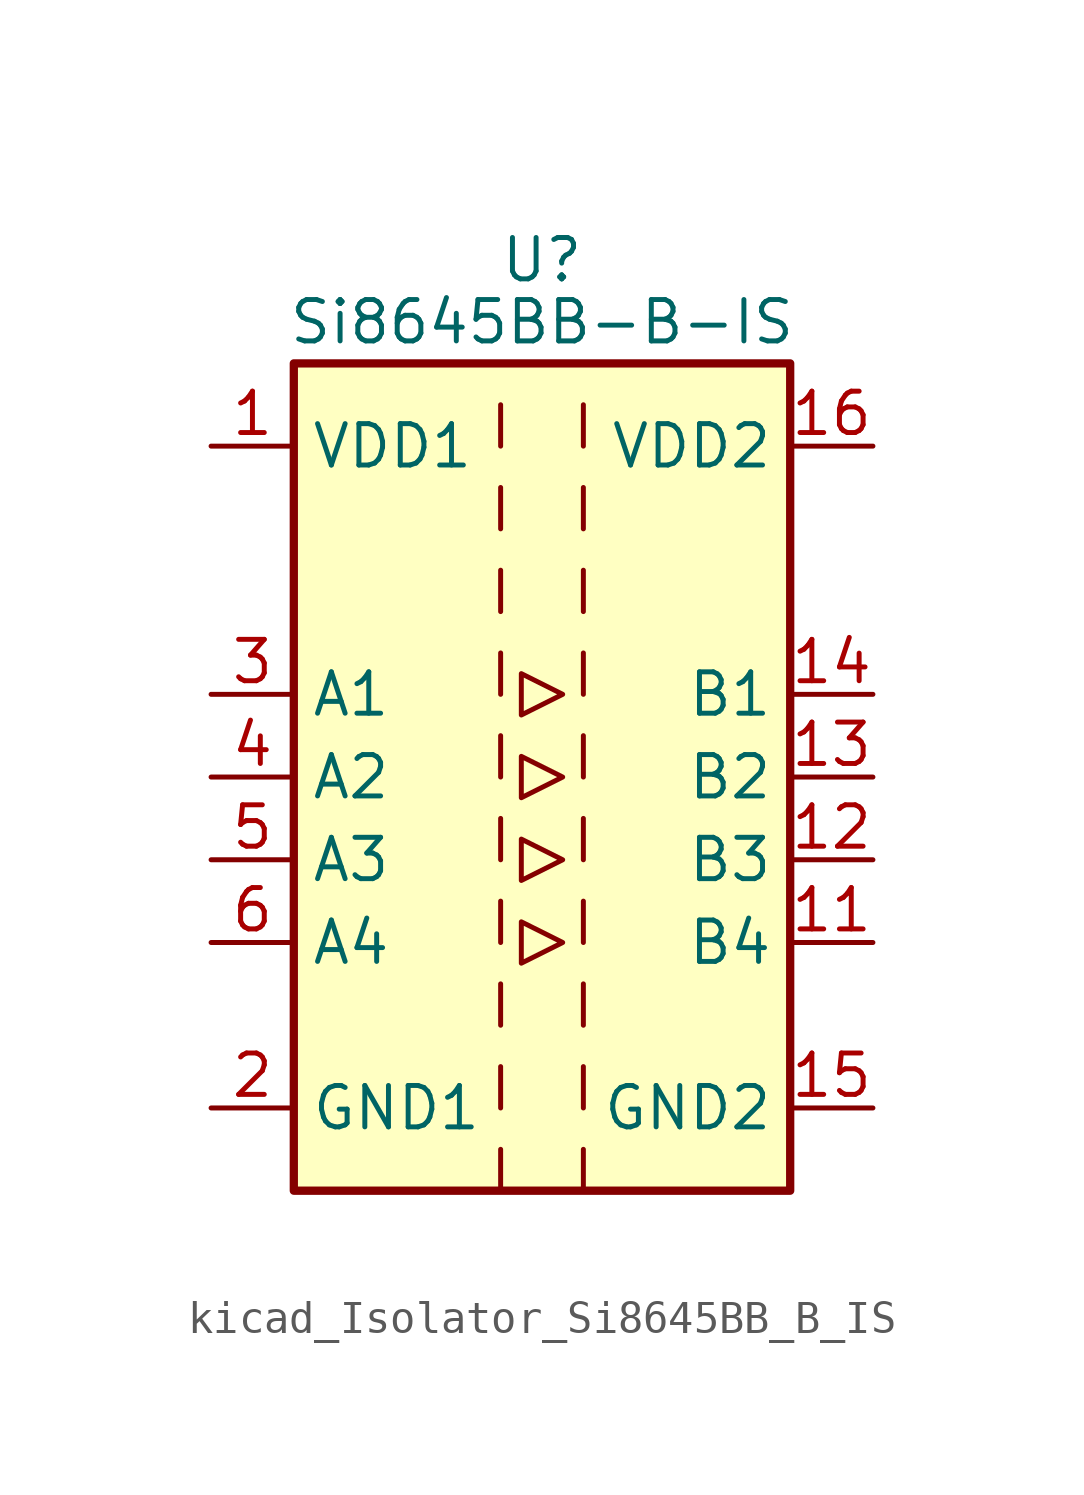
<source format=kicad_sym>
(kicad_symbol_lib
  (version 20220914)
  (generator kicad_symbol_editor)
  (symbol "kicad_Isolator_Si8645BB_B_IS"
    (property "Reference" "U"
      (at 0 15.875 0)
      (effects (font (size 1.27 1.27))))
    (property "Value" "Si8645BB-B-IS"
      (at 0 13.97 0)
      (effects (font (size 1.27 1.27))))
    (symbol "kicad_Isolator_Si8645BB_B_IS_0_1"
      (rectangle (start -7.62 12.7) (end 7.62 -12.7) (stroke (width 0.254) (type default)) (fill (type background)))
      (polyline (pts (xy -1.27 -11.43) (xy -1.27 -12.7)) (stroke (width 0) (type default)) (fill (type none)))
      (polyline (pts (xy -1.27 -8.89) (xy -1.27 -10.16)) (stroke (width 0) (type default)) (fill (type none)))
      (polyline (pts (xy -1.27 -6.35) (xy -1.27 -7.62)) (stroke (width 0) (type default)) (fill (type none)))
      (polyline (pts (xy -1.27 -3.81) (xy -1.27 -5.08)) (stroke (width 0) (type default)) (fill (type none)))
      (polyline (pts (xy -1.27 -1.27) (xy -1.27 -2.54)) (stroke (width 0) (type default)) (fill (type none)))
      (polyline (pts (xy -1.27 1.27) (xy -1.27 0)) (stroke (width 0) (type default)) (fill (type none)))
      (polyline (pts (xy -1.27 3.81) (xy -1.27 2.54)) (stroke (width 0) (type default)) (fill (type none)))
      (polyline (pts (xy -1.27 6.35) (xy -1.27 5.08)) (stroke (width 0) (type default)) (fill (type none)))
      (polyline (pts (xy -1.27 8.89) (xy -1.27 7.62)) (stroke (width 0) (type default)) (fill (type none)))
      (polyline (pts (xy -1.27 11.43) (xy -1.27 10.16)) (stroke (width 0) (type default)) (fill (type none)))
      (polyline (pts (xy 1.27 -11.43) (xy 1.27 -12.7)) (stroke (width 0) (type default)) (fill (type none)))
      (polyline (pts (xy 1.27 -8.89) (xy 1.27 -10.16)) (stroke (width 0) (type default)) (fill (type none)))
      (polyline (pts (xy 1.27 -6.35) (xy 1.27 -7.62)) (stroke (width 0) (type default)) (fill (type none)))
      (polyline (pts (xy 1.27 -3.81) (xy 1.27 -5.08)) (stroke (width 0) (type default)) (fill (type none)))
      (polyline (pts (xy 1.27 -1.27) (xy 1.27 -2.54)) (stroke (width 0) (type default)) (fill (type none)))
      (polyline (pts (xy 1.27 1.27) (xy 1.27 0)) (stroke (width 0) (type default)) (fill (type none)))
      (polyline (pts (xy 1.27 3.81) (xy 1.27 2.54)) (stroke (width 0) (type default)) (fill (type none)))
      (polyline (pts (xy 1.27 6.35) (xy 1.27 5.08)) (stroke (width 0) (type default)) (fill (type none)))
      (polyline (pts (xy 1.27 8.89) (xy 1.27 7.62)) (stroke (width 0) (type default)) (fill (type none)))
      (polyline (pts (xy 1.27 11.43) (xy 1.27 10.16)) (stroke (width 0) (type default)) (fill (type none)))
      (polyline (pts (xy -0.635 0.635) (xy -0.635 -0.635) (xy 0.635 0) (xy -0.635 0.635)) (stroke (width 0) (type default)) (fill (type none)))
      (polyline (pts (xy -0.635 3.175) (xy -0.635 1.905) (xy 0.635 2.54) (xy -0.635 3.175)) (stroke (width 0) (type default)) (fill (type none)))
      (polyline (pts (xy 0.635 -5.08) (xy -0.635 -4.445) (xy -0.635 -5.715) (xy 0.635 -5.08)) (stroke (width 0) (type default)) (fill (type none)))
      (polyline (pts (xy 0.635 -2.54) (xy -0.635 -1.905) (xy -0.635 -3.175) (xy 0.635 -2.54)) (stroke (width 0) (type default)) (fill (type none))))
    (symbol "kicad_Isolator_Si8645BB_B_IS_1_1"
      (pin power_in line (at -10.16 10.16 0) (length 2.54) (name "VDD1" (effects (font (size 1.27 1.27)))) (number "1" (effects (font (size 1.27 1.27)))))
      (pin no_connect line (at 7.62 7.62 180) (length 2.54) hide (name "NC" (effects (font (size 1.27 1.27)))) (number "10" (effects (font (size 1.27 1.27)))))
      (pin output line (at 10.16 -5.08 180) (length 2.54) (name "B4" (effects (font (size 1.27 1.27)))) (number "11" (effects (font (size 1.27 1.27)))))
      (pin output line (at 10.16 -2.54 180) (length 2.54) (name "B3" (effects (font (size 1.27 1.27)))) (number "12" (effects (font (size 1.27 1.27)))))
      (pin output line (at 10.16 0 180) (length 2.54) (name "B2" (effects (font (size 1.27 1.27)))) (number "13" (effects (font (size 1.27 1.27)))))
      (pin output line (at 10.16 2.54 180) (length 2.54) (name "B1" (effects (font (size 1.27 1.27)))) (number "14" (effects (font (size 1.27 1.27)))))
      (pin power_in line (at 10.16 -10.16 180) (length 2.54) (name "GND2" (effects (font (size 1.27 1.27)))) (number "15" (effects (font (size 1.27 1.27)))))
      (pin power_in line (at 10.16 10.16 180) (length 2.54) (name "VDD2" (effects (font (size 1.27 1.27)))) (number "16" (effects (font (size 1.27 1.27)))))
      (pin power_in line (at -10.16 -10.16 0) (length 2.54) (name "GND1" (effects (font (size 1.27 1.27)))) (number "2" (effects (font (size 1.27 1.27)))))
      (pin input line (at -10.16 2.54 0) (length 2.54) (name "A1" (effects (font (size 1.27 1.27)))) (number "3" (effects (font (size 1.27 1.27)))))
      (pin input line (at -10.16 0 0) (length 2.54) (name "A2" (effects (font (size 1.27 1.27)))) (number "4" (effects (font (size 1.27 1.27)))))
      (pin input line (at -10.16 -2.54 0) (length 2.54) (name "A3" (effects (font (size 1.27 1.27)))) (number "5" (effects (font (size 1.27 1.27)))))
      (pin input line (at -10.16 -5.08 0) (length 2.54) (name "A4" (effects (font (size 1.27 1.27)))) (number "6" (effects (font (size 1.27 1.27)))))
      (pin no_connect line (at -7.62 7.62 0) (length 2.54) hide (name "NC" (effects (font (size 1.27 1.27)))) (number "7" (effects (font (size 1.27 1.27)))))
      (pin passive line (at -10.16 -10.16 0) (length 2.54) hide (name "GND1" (effects (font (size 1.27 1.27)))) (number "8" (effects (font (size 1.27 1.27)))))
      (pin passive line (at 10.16 -10.16 180) (length 2.54) hide (name "GND2" (effects (font (size 1.27 1.27)))) (number "9" (effects (font (size 1.27 1.27))))))))
</source>
